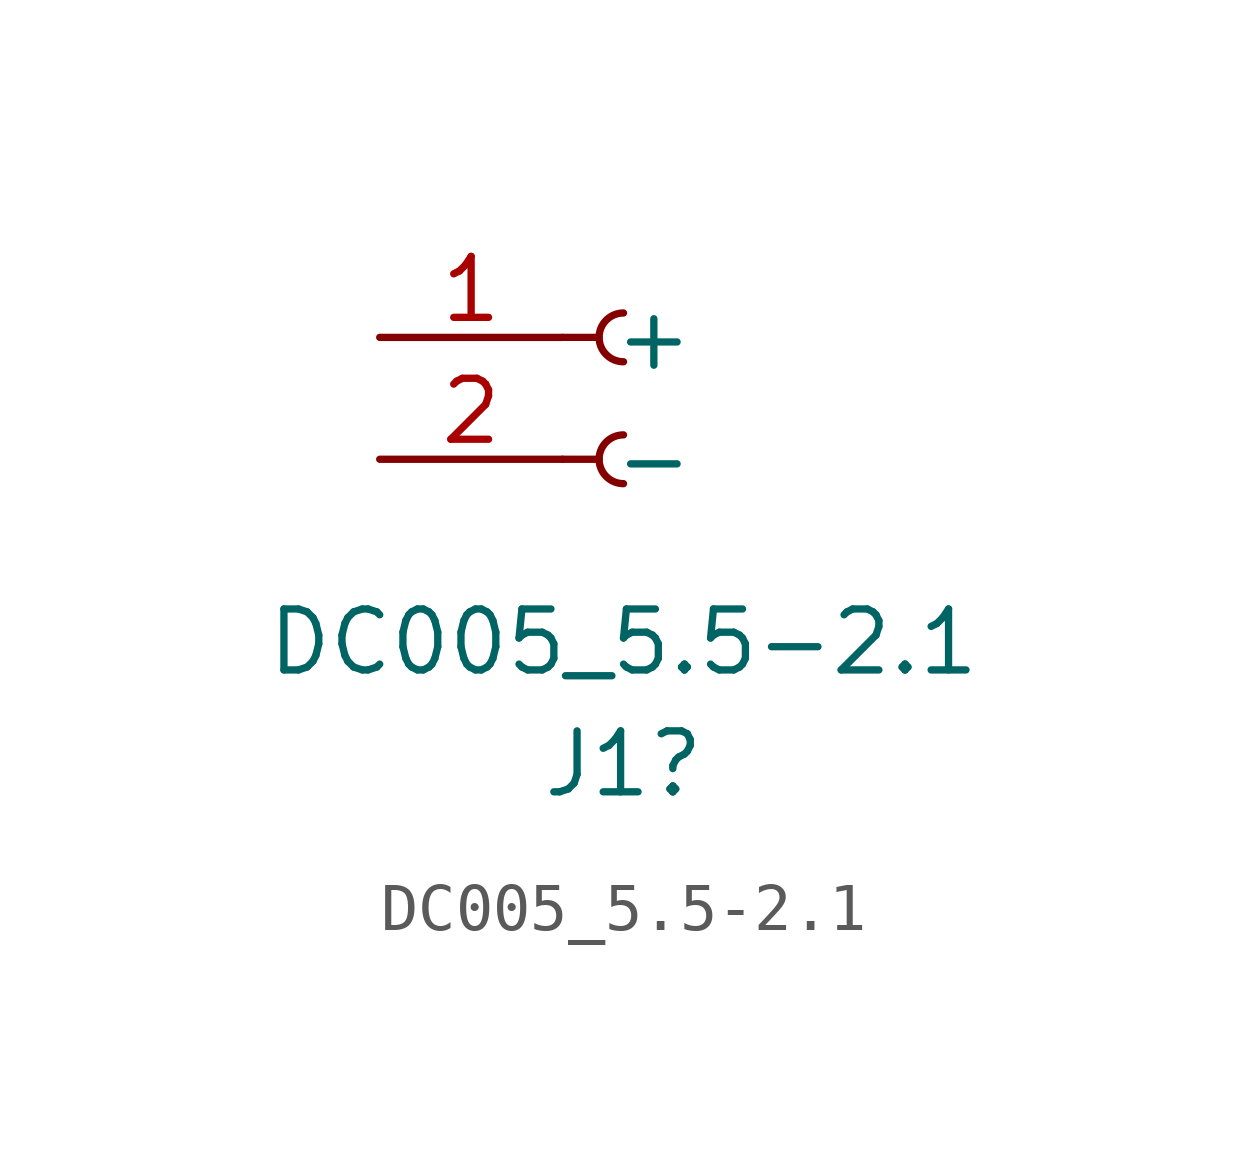
<source format=kicad_sym>
(kicad_symbol_lib
  (version 20220914)
  (generator kicad_symbol_editor)
  (symbol "DC005_5.5-2.1"
    (pin_names
      (offset 1.016))
    (property "Reference" "J1"
      (at 0 -6.35 0)
      (effects (font (size 1.27 1.27))))
    (property "Value" "DC005_5.5-2.1"
      (at 0 -3.81 0)
      (effects (font (size 1.27 1.27))))
    (symbol "DC005_5.5-2.1_1_1"
      (polyline (pts (xy -1.27 0) (xy -0.508 0)) (stroke (width 0.152) (type default)) (fill (type none)))
      (polyline (pts (xy -1.27 2.54) (xy -0.508 2.54)) (stroke (width 0.152) (type default)) (fill (type none)))
      (arc (start 0 0.508) (mid -0.5058 0) (end 0 -0.508) (stroke (width 0.1524) (type default)) (fill (type none)))
      (arc (start 0 3.048) (mid -0.5058 2.54) (end 0 2.032) (stroke (width 0.1524) (type default)) (fill (type none)))
      (pin passive line (at -5.08 2.54 0) (length 3.81) (name "+" (effects (font (size 1.27 1.27)))) (number "1" (effects (font (size 1.27 1.27)))))
      (pin passive line (at -5.08 0 0) (length 3.81) (name "-" (effects (font (size 1.27 1.27)))) (number "2" (effects (font (size 1.27 1.27)))))
      (pin passive line (at -5.08 -2.54 0) (length 3.81) hide (name "-" (effects (font (size 1.27 1.27)))) (number "3" (effects (font (size 1.27 1.27))))))))
</source>
